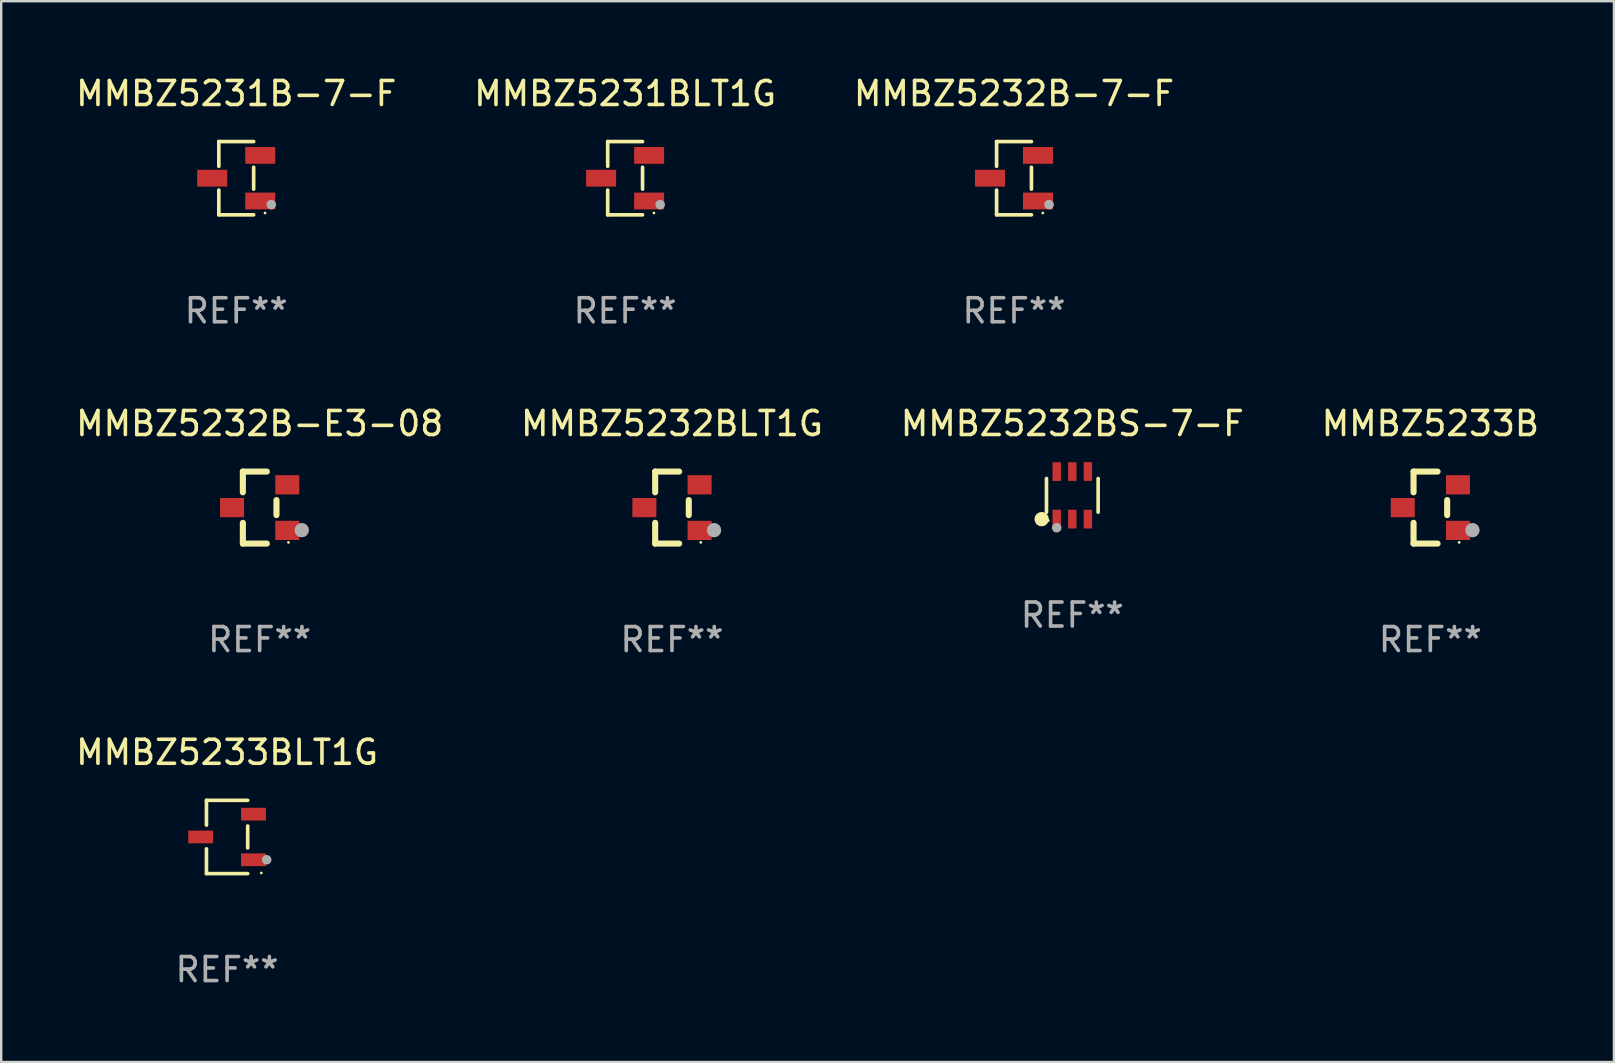
<source format=kicad_pcb>
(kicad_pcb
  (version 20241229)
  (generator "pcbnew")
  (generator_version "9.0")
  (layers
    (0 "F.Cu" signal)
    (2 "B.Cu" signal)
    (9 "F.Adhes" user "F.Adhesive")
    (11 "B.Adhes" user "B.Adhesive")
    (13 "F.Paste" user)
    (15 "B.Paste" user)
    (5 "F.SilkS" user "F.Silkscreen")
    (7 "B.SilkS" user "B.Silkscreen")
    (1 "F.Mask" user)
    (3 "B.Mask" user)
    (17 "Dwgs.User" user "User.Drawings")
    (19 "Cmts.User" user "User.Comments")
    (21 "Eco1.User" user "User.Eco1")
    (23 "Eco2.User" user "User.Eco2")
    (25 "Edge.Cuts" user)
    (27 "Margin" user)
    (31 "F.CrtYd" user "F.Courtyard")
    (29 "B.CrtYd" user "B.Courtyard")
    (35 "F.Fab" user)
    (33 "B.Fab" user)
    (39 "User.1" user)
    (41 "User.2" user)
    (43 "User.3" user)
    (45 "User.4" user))
  (footprint "MMBZ5233B"
    (layer "F.Cu")
    (at 56.542 18.097)
    (property "Reference" "MMBZ5233B" (at 0 -3.5 0) (layer "F.SilkS") (effects (font (size 1 1) (thickness 0.15))))
    (attr through_hole)
    (fp_line (start -0.7 -1.5) (end 0.3 -1.5) (stroke (width 0.254) (type solid)) (layer "F.SilkS"))
    (fp_line (start -0.7 -0.636) (end -0.7 -1.5) (stroke (width 0.254) (type solid)) (layer "F.SilkS"))
    (fp_line (start -0.7 1.5) (end -0.7 0.636) (stroke (width 0.254) (type solid)) (layer "F.SilkS"))
    (fp_line (start -0.7 1.5) (end 0.3 1.5) (stroke (width 0.254) (type solid)) (layer "F.SilkS"))
    (fp_line (start 0.7 0.314) (end 0.7 -0.314) (stroke (width 0.254) (type solid)) (layer "F.SilkS"))
    (fp_circle (center 1.2 1.45) (end 1.23 1.45) (stroke (width 0.06) (type solid)) (fill no) (layer "F.SilkS"))
    (fp_circle (center 1.753 0.94) (end 1.903 0.94) (stroke (width 0.3) (type solid)) (fill no) (layer "F.Fab"))
    (fp_text user "REF**" (at 0 5.5 0) (layer "F.Fab") (effects (font (size 1 1) (thickness 0.15))))
    (pad "1" smd rect (at 1.15 0.95 180) (size 1 0.8) (layers "F.Cu" "F.Mask" "F.Paste"))
    (pad "2" smd rect (at 1.15 -0.95 180) (size 1 0.8) (layers "F.Cu" "F.Mask" "F.Paste"))
    (pad "3" smd rect (at -1.15 -0.000051 180) (size 1 0.8) (layers "F.Cu" "F.Mask" "F.Paste")))
  (footprint "MMBZ5231BLT1G"
    (layer "F.Cu")
    (at 22.994 4.374)
    (property "Reference" "MMBZ5231BLT1G" (at 0 -3.526 0) (layer "F.SilkS") (effects (font (size 1 1) (thickness 0.15))))
    (attr through_hole)
    (fp_line (start -0.726 -1.526) (end -0.726 -0.495) (stroke (width 0.152) (type solid)) (layer "F.SilkS"))
    (fp_line (start -0.726 1.526) (end -0.726 0.495) (stroke (width 0.152) (type solid)) (layer "F.SilkS"))
    (fp_line (start 0.726 -1.526) (end -0.726 -1.526) (stroke (width 0.152) (type solid)) (layer "F.SilkS"))
    (fp_line (start 0.726 -0.455) (end 0.726 0.455) (stroke (width 0.152) (type solid)) (layer "F.SilkS"))
    (fp_line (start 0.726 1.526) (end -0.726 1.526) (stroke (width 0.152) (type solid)) (layer "F.SilkS"))
    (fp_circle (center 1.2 1.45) (end 1.23 1.45) (stroke (width 0.06) (type solid)) (fill no) (layer "F.SilkS"))
    (fp_circle (center 1.46 1.1) (end 1.56 1.1) (stroke (width 0.2) (type solid)) (fill no) (layer "F.Fab"))
    (fp_text user "REF**" (at 0 5.526 0) (layer "F.Fab") (effects (font (size 1 1) (thickness 0.15))))
    (pad "1" smd rect (at 1 0.95) (size 1.25 0.7) (layers "F.Cu" "F.Mask" "F.Paste"))
    (pad "2" smd rect (at 1 -0.95) (size 1.25 0.7) (layers "F.Cu" "F.Mask" "F.Paste"))
    (pad "3" smd rect (at -1 0) (size 1.25 0.7) (layers "F.Cu" "F.Mask" "F.Paste")))
  (footprint "MMBZ5231B-7-F"
    (layer "F.Cu")
    (at 6.792 4.374)
    (property "Reference" "MMBZ5231B-7-F" (at 0 -3.526 0) (layer "F.SilkS") (effects (font (size 1 1) (thickness 0.15))))
    (attr through_hole)
    (fp_line (start -0.726 -1.526) (end -0.726 -0.495) (stroke (width 0.152) (type solid)) (layer "F.SilkS"))
    (fp_line (start -0.726 1.526) (end -0.726 0.495) (stroke (width 0.152) (type solid)) (layer "F.SilkS"))
    (fp_line (start 0.726 -1.526) (end -0.726 -1.526) (stroke (width 0.152) (type solid)) (layer "F.SilkS"))
    (fp_line (start 0.726 -0.455) (end 0.726 0.455) (stroke (width 0.152) (type solid)) (layer "F.SilkS"))
    (fp_line (start 0.726 1.526) (end -0.726 1.526) (stroke (width 0.152) (type solid)) (layer "F.SilkS"))
    (fp_circle (center 1.2 1.45) (end 1.23 1.45) (stroke (width 0.06) (type solid)) (fill no) (layer "F.SilkS"))
    (fp_circle (center 1.46 1.1) (end 1.56 1.1) (stroke (width 0.2) (type solid)) (fill no) (layer "F.Fab"))
    (fp_text user "REF**" (at 0 5.526 0) (layer "F.Fab") (effects (font (size 1 1) (thickness 0.15))))
    (pad "1" smd rect (at 1 0.95) (size 1.25 0.7) (layers "F.Cu" "F.Mask" "F.Paste"))
    (pad "2" smd rect (at 1 -0.95) (size 1.25 0.7) (layers "F.Cu" "F.Mask" "F.Paste"))
    (pad "3" smd rect (at -1 0) (size 1.25 0.7) (layers "F.Cu" "F.Mask" "F.Paste")))
  (footprint "MMBZ5232B-7-F"
    (layer "F.Cu")
    (at 39.196 4.374)
    (property "Reference" "MMBZ5232B-7-F" (at 0 -3.526 0) (layer "F.SilkS") (effects (font (size 1 1) (thickness 0.15))))
    (attr through_hole)
    (fp_line (start -0.726 -1.526) (end -0.726 -0.495) (stroke (width 0.152) (type solid)) (layer "F.SilkS"))
    (fp_line (start -0.726 1.526) (end -0.726 0.495) (stroke (width 0.152) (type solid)) (layer "F.SilkS"))
    (fp_line (start 0.726 -1.526) (end -0.726 -1.526) (stroke (width 0.152) (type solid)) (layer "F.SilkS"))
    (fp_line (start 0.726 -0.455) (end 0.726 0.455) (stroke (width 0.152) (type solid)) (layer "F.SilkS"))
    (fp_line (start 0.726 1.526) (end -0.726 1.526) (stroke (width 0.152) (type solid)) (layer "F.SilkS"))
    (fp_circle (center 1.2 1.45) (end 1.23 1.45) (stroke (width 0.06) (type solid)) (fill no) (layer "F.SilkS"))
    (fp_circle (center 1.46 1.1) (end 1.56 1.1) (stroke (width 0.2) (type solid)) (fill no) (layer "F.Fab"))
    (fp_text user "REF**" (at 0 5.526 0) (layer "F.Fab") (effects (font (size 1 1) (thickness 0.15))))
    (pad "1" smd rect (at 1 0.95) (size 1.25 0.7) (layers "F.Cu" "F.Mask" "F.Paste"))
    (pad "2" smd rect (at 1 -0.95) (size 1.25 0.7) (layers "F.Cu" "F.Mask" "F.Paste"))
    (pad "3" smd rect (at -1 0) (size 1.25 0.7) (layers "F.Cu" "F.Mask" "F.Paste")))
  (footprint "MMBZ5232BLT1G"
    (layer "F.Cu")
    (at 24.946 18.097)
    (property "Reference" "MMBZ5232BLT1G" (at 0 -3.5 0) (layer "F.SilkS") (effects (font (size 1 1) (thickness 0.15))))
    (attr through_hole)
    (fp_line (start -0.7 -1.5) (end 0.3 -1.5) (stroke (width 0.254) (type solid)) (layer "F.SilkS"))
    (fp_line (start -0.7 -0.636) (end -0.7 -1.5) (stroke (width 0.254) (type solid)) (layer "F.SilkS"))
    (fp_line (start -0.7 1.5) (end -0.7 0.636) (stroke (width 0.254) (type solid)) (layer "F.SilkS"))
    (fp_line (start -0.7 1.5) (end 0.3 1.5) (stroke (width 0.254) (type solid)) (layer "F.SilkS"))
    (fp_line (start 0.7 0.314) (end 0.7 -0.314) (stroke (width 0.254) (type solid)) (layer "F.SilkS"))
    (fp_circle (center 1.2 1.45) (end 1.23 1.45) (stroke (width 0.06) (type solid)) (fill no) (layer "F.SilkS"))
    (fp_circle (center 1.753 0.94) (end 1.903 0.94) (stroke (width 0.3) (type solid)) (fill no) (layer "F.Fab"))
    (fp_text user "REF**" (at 0 5.5 0) (layer "F.Fab") (effects (font (size 1 1) (thickness 0.15))))
    (pad "1" smd rect (at 1.15 0.95 180) (size 1 0.8) (layers "F.Cu" "F.Mask" "F.Paste"))
    (pad "2" smd rect (at 1.15 -0.95 180) (size 1 0.8) (layers "F.Cu" "F.Mask" "F.Paste"))
    (pad "3" smd rect (at -1.15 -0.000051 180) (size 1 0.8) (layers "F.Cu" "F.Mask" "F.Paste")))
  (footprint "MMBZ5232B-E3-08"
    (layer "F.Cu")
    (at 7.768 18.097)
    (property "Reference" "MMBZ5232B-E3-08" (at 0 -3.5 0) (layer "F.SilkS") (effects (font (size 1 1) (thickness 0.15))))
    (attr through_hole)
    (fp_line (start -0.7 -1.5) (end 0.3 -1.5) (stroke (width 0.254) (type solid)) (layer "F.SilkS"))
    (fp_line (start -0.7 -0.636) (end -0.7 -1.5) (stroke (width 0.254) (type solid)) (layer "F.SilkS"))
    (fp_line (start -0.7 1.5) (end -0.7 0.636) (stroke (width 0.254) (type solid)) (layer "F.SilkS"))
    (fp_line (start -0.7 1.5) (end 0.3 1.5) (stroke (width 0.254) (type solid)) (layer "F.SilkS"))
    (fp_line (start 0.7 0.314) (end 0.7 -0.314) (stroke (width 0.254) (type solid)) (layer "F.SilkS"))
    (fp_circle (center 1.2 1.45) (end 1.23 1.45) (stroke (width 0.06) (type solid)) (fill no) (layer "F.SilkS"))
    (fp_circle (center 1.753 0.94) (end 1.903 0.94) (stroke (width 0.3) (type solid)) (fill no) (layer "F.Fab"))
    (fp_text user "REF**" (at 0 5.5 0) (layer "F.Fab") (effects (font (size 1 1) (thickness 0.15))))
    (pad "1" smd rect (at 1.15 0.95 180) (size 1 0.8) (layers "F.Cu" "F.Mask" "F.Paste"))
    (pad "2" smd rect (at 1.15 -0.95 180) (size 1 0.8) (layers "F.Cu" "F.Mask" "F.Paste"))
    (pad "3" smd rect (at -1.15 -0.000051 180) (size 1 0.8) (layers "F.Cu" "F.Mask" "F.Paste")))
  (footprint "MMBZ5233BLT1G"
    (layer "F.Cu")
    (at 6.411 31.82)
    (property "Reference" "MMBZ5233BLT1G" (at 0 -3.526 0) (layer "F.SilkS") (effects (font (size 1 1) (thickness 0.15))))
    (attr through_hole)
    (fp_line (start -0.859 -1.526) (end -0.859 -0.495) (stroke (width 0.152) (type solid)) (layer "F.SilkS"))
    (fp_line (start -0.859 1.526) (end -0.859 0.495) (stroke (width 0.152) (type solid)) (layer "F.SilkS"))
    (fp_line (start 0.859 -1.526) (end -0.859 -1.526) (stroke (width 0.152) (type solid)) (layer "F.SilkS"))
    (fp_line (start 0.859 -0.455) (end 0.859 0.455) (stroke (width 0.152) (type solid)) (layer "F.SilkS"))
    (fp_line (start 0.859 1.526) (end -0.859 1.526) (stroke (width 0.152) (type solid)) (layer "F.SilkS"))
    (fp_circle (center 1.425 1.5) (end 1.455 1.5) (stroke (width 0.06) (type solid)) (fill no) (layer "F.SilkS"))
    (fp_circle (center 1.65 0.95) (end 1.75 0.95) (stroke (width 0.2) (type solid)) (fill no) (layer "F.Fab"))
    (fp_text user "REF**" (at 0 5.526 0) (layer "F.Fab") (effects (font (size 1 1) (thickness 0.15))))
    (pad "1" smd rect (at 1.101 0.95) (size 1.037 0.532) (layers "F.Cu" "F.Mask" "F.Paste"))
    (pad "2" smd rect (at 1.101 -0.95) (size 1.037 0.532) (layers "F.Cu" "F.Mask" "F.Paste"))
    (pad "3" smd rect (at -1.101 0) (size 1.037 0.532) (layers "F.Cu" "F.Mask" "F.Paste")))
  (footprint "MMBZ5232BS-7-F"
    (layer "F.Cu")
    (at 41.625 17.587)
    (property "Reference" "MMBZ5232BS-7-F" (at 0 -2.99 0) (layer "F.SilkS") (effects (font (size 1 1) (thickness 0.15))))
    (attr through_hole)
    (fp_line (start -1.076 0.701) (end -1.076 -0.701) (stroke (width 0.152) (type solid)) (layer "F.SilkS"))
    (fp_line (start 1.076 0.701) (end 1.076 -0.701) (stroke (width 0.152) (type solid)) (layer "F.SilkS"))
    (fp_circle (center -1.277 0.992) (end -1.127 0.992) (stroke (width 0.3) (type solid)) (fill no) (layer "F.SilkS"))
    (fp_circle (center -1 1.05) (end -0.97 1.05) (stroke (width 0.06) (type solid)) (fill no) (layer "F.SilkS"))
    (fp_circle (center -0.65 1.35) (end -0.55 1.35) (stroke (width 0.2) (type solid)) (fill no) (layer "F.Fab"))
    (fp_text user "REF**" (at 0 4.99 0) (layer "F.Fab") (effects (font (size 1 1) (thickness 0.15))))
    (pad "1" smd rect (at -0.65 0.99) (size 0.35 0.78) (layers "F.Cu" "F.Mask" "F.Paste"))
    (pad "2" smd rect (at 0 0.99) (size 0.35 0.78) (layers "F.Cu" "F.Mask" "F.Paste"))
    (pad "3" smd rect (at 0.65 0.99) (size 0.35 0.78) (layers "F.Cu" "F.Mask" "F.Paste"))
    (pad "4" smd rect (at 0.65 -0.99) (size 0.35 0.78) (layers "F.Cu" "F.Mask" "F.Paste"))
    (pad "5" smd rect (at 0 -0.99) (size 0.35 0.78) (layers "F.Cu" "F.Mask" "F.Paste"))
    (pad "6" smd rect (at -0.65 -0.99) (size 0.35 0.78) (layers "F.Cu" "F.Mask" "F.Paste")))
  (gr_rect
    (start -3 -3)
    (end 64.19 41.194)
    (stroke (width 0.1) (type default))
    (fill no)
    (layer "Edge.Cuts")))
</source>
